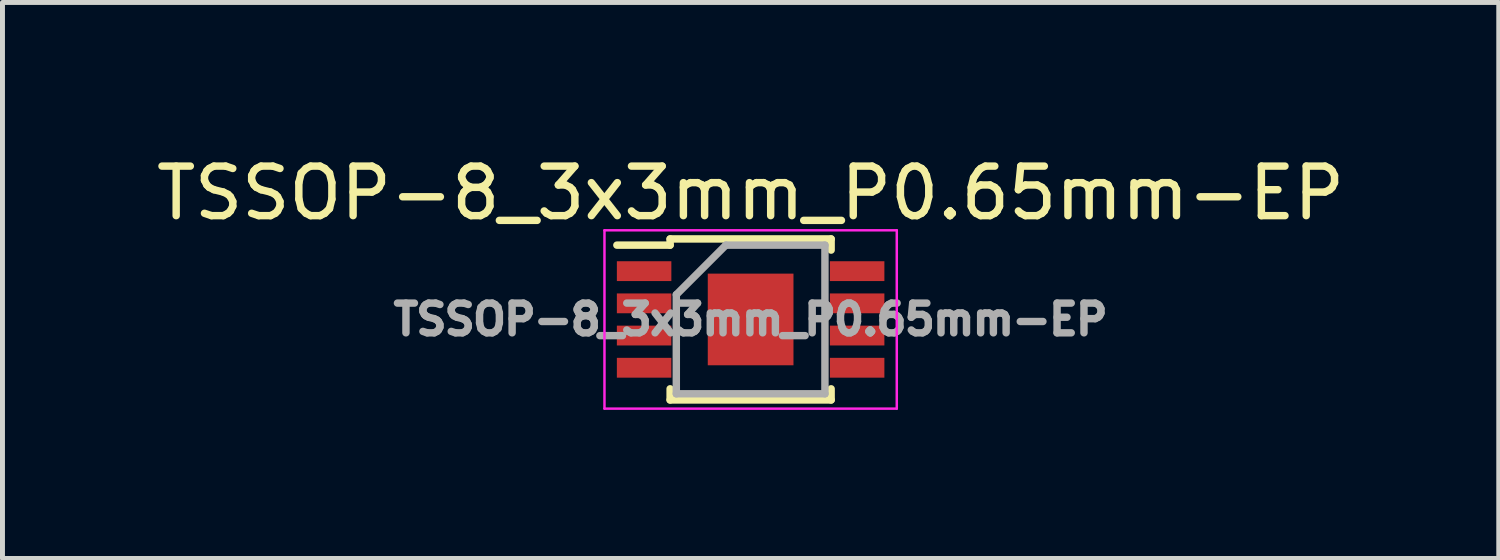
<source format=kicad_pcb>
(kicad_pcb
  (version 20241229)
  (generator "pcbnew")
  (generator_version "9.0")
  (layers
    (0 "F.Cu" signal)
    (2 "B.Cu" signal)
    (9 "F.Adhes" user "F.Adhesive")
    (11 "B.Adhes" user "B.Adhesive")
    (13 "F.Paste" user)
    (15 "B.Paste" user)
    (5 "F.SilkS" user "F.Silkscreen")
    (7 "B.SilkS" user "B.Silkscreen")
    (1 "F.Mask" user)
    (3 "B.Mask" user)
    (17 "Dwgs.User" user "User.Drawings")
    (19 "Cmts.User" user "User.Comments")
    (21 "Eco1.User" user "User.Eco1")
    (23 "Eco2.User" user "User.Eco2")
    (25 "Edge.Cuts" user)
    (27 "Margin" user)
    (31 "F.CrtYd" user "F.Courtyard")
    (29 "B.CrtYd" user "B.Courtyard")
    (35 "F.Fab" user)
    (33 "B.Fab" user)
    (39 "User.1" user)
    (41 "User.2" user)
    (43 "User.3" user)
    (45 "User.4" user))
  (footprint "TSSOP-8_3x3mm_P0.65mm-EP"
    (layer "F.Cu")
    (at 12.101 3.398)
    (property "Reference" "TSSOP-8_3x3mm_P0.65mm-EP" (at 0 -2.55 0) (layer "F.SilkS") (effects (font (size 1 1) (thickness 0.15))))
    (attr smd)
    (fp_line (start -1.625 -1.625) (end -1.625 -1.5) (stroke (width 0.15) (type solid)) (layer "F.SilkS"))
    (fp_line (start -1.625 -1.625) (end 1.625 -1.625) (stroke (width 0.15) (type solid)) (layer "F.SilkS"))
    (fp_line (start -1.625 -1.5) (end -2.7 -1.5) (stroke (width 0.15) (type solid)) (layer "F.SilkS"))
    (fp_line (start -1.625 1.625) (end -1.625 1.4) (stroke (width 0.15) (type solid)) (layer "F.SilkS"))
    (fp_line (start -1.625 1.625) (end 1.625 1.625) (stroke (width 0.15) (type solid)) (layer "F.SilkS"))
    (fp_line (start 1.625 -1.625) (end 1.625 -1.4) (stroke (width 0.15) (type solid)) (layer "F.SilkS"))
    (fp_line (start 1.625 1.625) (end 1.625 1.4) (stroke (width 0.15) (type solid)) (layer "F.SilkS"))
    (fp_line (start -2.95 -1.8) (end -2.95 1.8) (stroke (width 0.05) (type solid)) (layer "F.CrtYd"))
    (fp_line (start -2.95 -1.8) (end 2.95 -1.8) (stroke (width 0.05) (type solid)) (layer "F.CrtYd"))
    (fp_line (start -2.95 1.8) (end 2.95 1.8) (stroke (width 0.05) (type solid)) (layer "F.CrtYd"))
    (fp_line (start 2.95 -1.8) (end 2.95 1.8) (stroke (width 0.05) (type solid)) (layer "F.CrtYd"))
    (fp_line (start -1.5 -0.5) (end -0.5 -1.5) (stroke (width 0.15) (type solid)) (layer "F.Fab"))
    (fp_line (start -1.5 1.5) (end -1.5 -0.5) (stroke (width 0.15) (type solid)) (layer "F.Fab"))
    (fp_line (start -0.5 -1.5) (end 1.5 -1.5) (stroke (width 0.15) (type solid)) (layer "F.Fab"))
    (fp_line (start 1.5 -1.5) (end 1.5 1.5) (stroke (width 0.15) (type solid)) (layer "F.Fab"))
    (fp_line (start 1.5 1.5) (end -1.5 1.5) (stroke (width 0.15) (type solid)) (layer "F.Fab"))
    (fp_text user "${REFERENCE}" (at 0 0 0) (layer "F.Fab") (effects (font (size 0.6 0.6) (thickness 0.15))))
    (pad "0" smd rect (at 0 0) (size 1.73 1.85) (layers "F.Cu" "F.Mask" "F.Paste"))
    (pad "1" smd rect (at -2.15 -0.975) (size 1.1 0.4) (layers "F.Cu" "F.Mask" "F.Paste"))
    (pad "2" smd rect (at -2.15 -0.325) (size 1.1 0.4) (layers "F.Cu" "F.Mask" "F.Paste"))
    (pad "3" smd rect (at -2.15 0.325) (size 1.1 0.4) (layers "F.Cu" "F.Mask" "F.Paste"))
    (pad "4" smd rect (at -2.15 0.975) (size 1.1 0.4) (layers "F.Cu" "F.Mask" "F.Paste"))
    (pad "5" smd rect (at 2.15 0.975) (size 1.1 0.4) (layers "F.Cu" "F.Mask" "F.Paste"))
    (pad "6" smd rect (at 2.15 0.325) (size 1.1 0.4) (layers "F.Cu" "F.Mask" "F.Paste"))
    (pad "7" smd rect (at 2.15 -0.325) (size 1.1 0.4) (layers "F.Cu" "F.Mask" "F.Paste"))
    (pad "8" smd rect (at 2.15 -0.975) (size 1.1 0.4) (layers "F.Cu" "F.Mask" "F.Paste")))
  (gr_rect
    (start -3 -3)
    (end 27.202 8.223)
    (stroke (width 0.1) (type default))
    (fill no)
    (layer "Edge.Cuts")))
</source>
